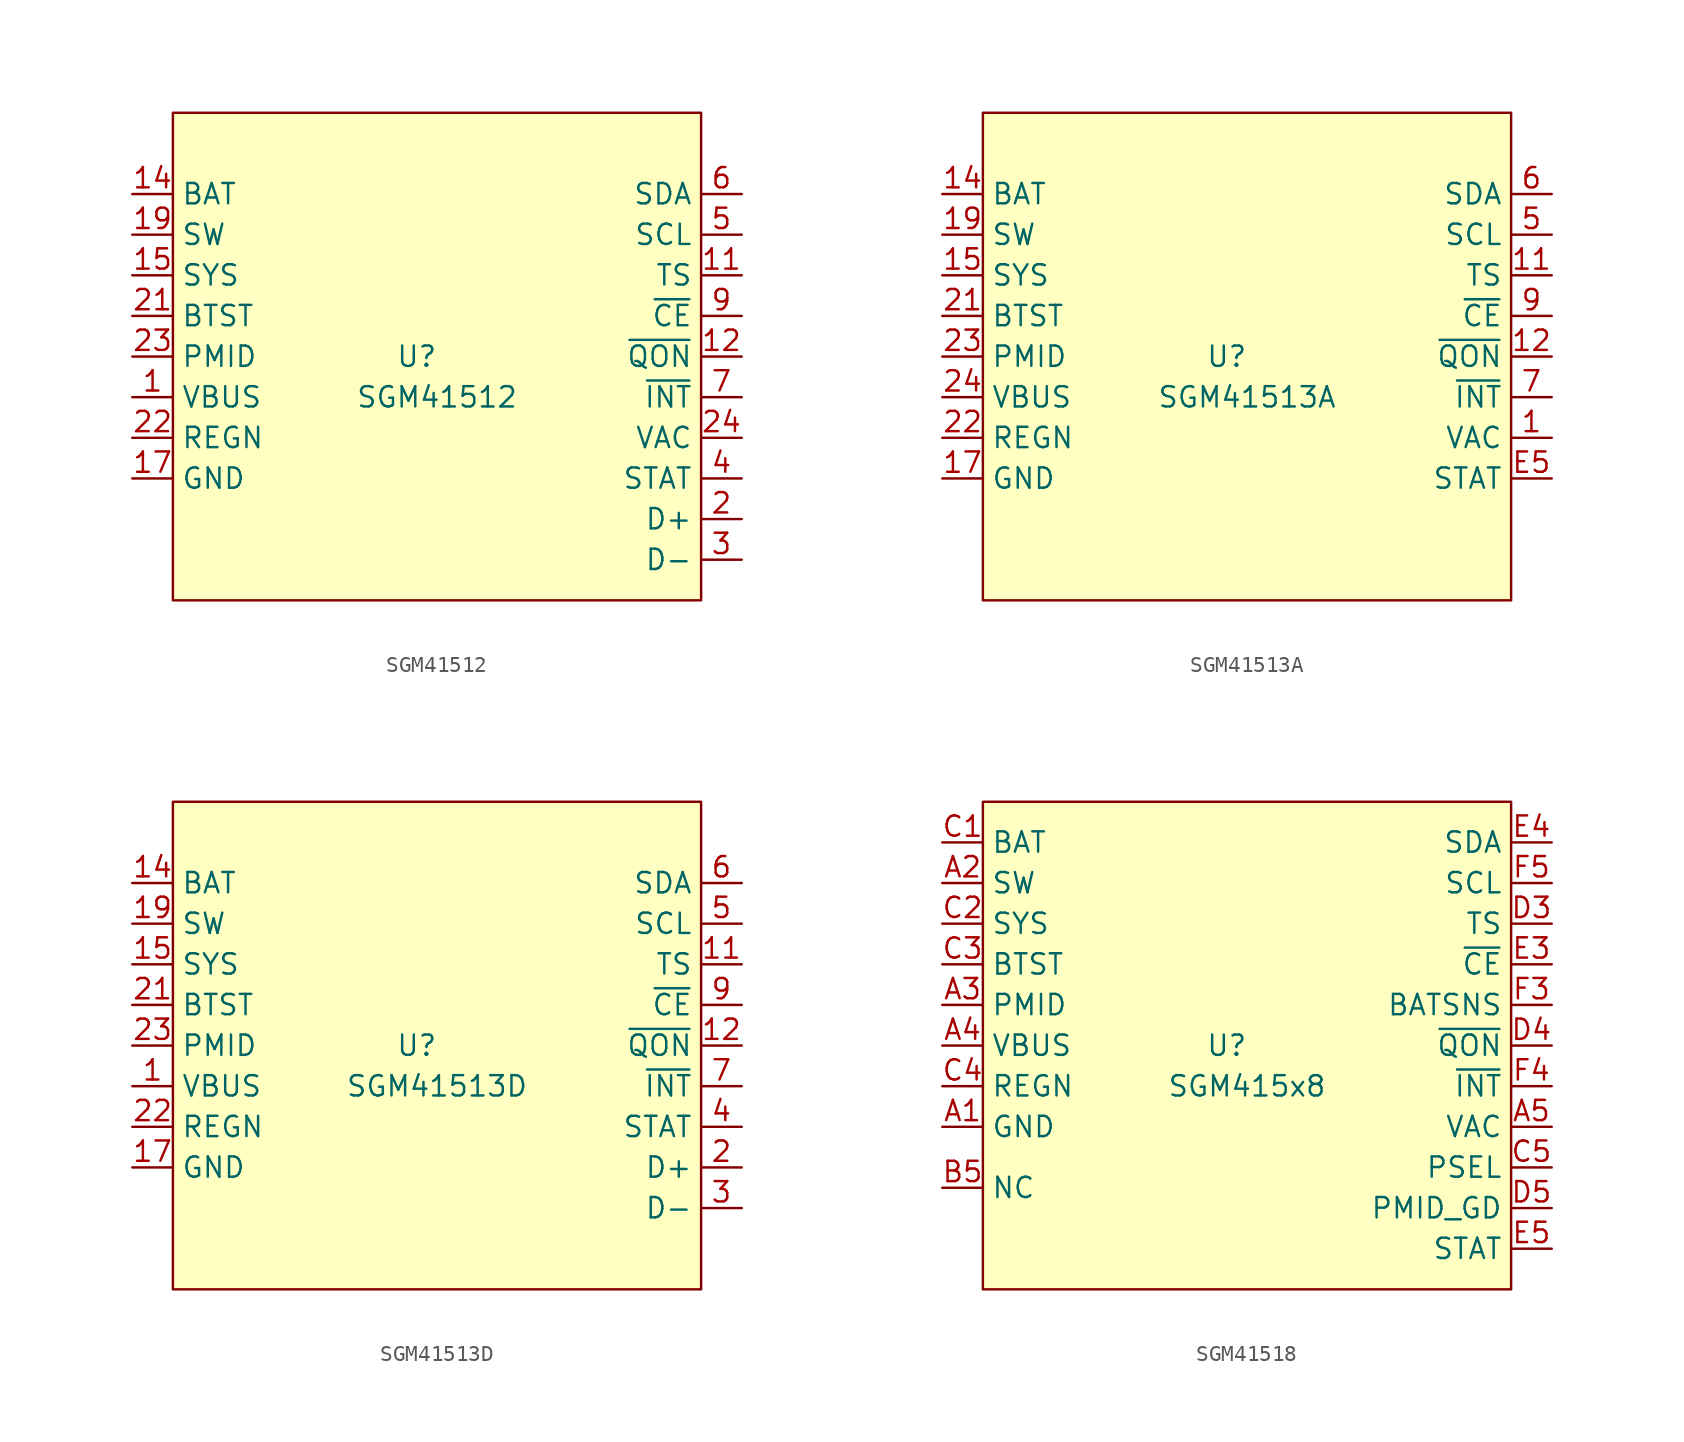
<source format=kicad_sym>
(kicad_symbol_lib
  (version 20231120)
  (generator "kicad_symbol_editor")
  (generator_version "8.0")
  (symbol "SGM41512"
    (property "Reference" "U"
      (at -1.27 0 0)
      (effects (font (size 1.27 1.27))))
    (property "Value" "SGM41512"
      (at 0 -2.54 0)
      (effects (font (size 1.27 1.27))))
    (symbol "SGM41512_1_1"
      (rectangle (start -16.51 15.24) (end 16.51 -15.24) (stroke (width 0) (type default)) (fill (type background)))
      (pin power_in line (at -19.05 -2.54 0) (length 2.54) (name "VBUS" (effects (font (size 1.27 1.27)))) (number "1" (effects (font (size 1.27 1.27)))))
      (pin no_connect line (at -19.05 -11.43 0) (length 2.54) hide (name "NC" (effects (font (size 1.27 1.27)))) (number "10" (effects (font (size 1.27 1.27)))))
      (pin input line (at 19.05 5.08 180) (length 2.54) (name "TS" (effects (font (size 1.27 1.27)))) (number "11" (effects (font (size 1.27 1.27)))))
      (pin input line (at 19.05 0 180) (length 2.54) (name "~{QON}" (effects (font (size 1.27 1.27)))) (number "12" (effects (font (size 1.27 1.27)))))
      (pin passive line (at -19.05 10.16 0) (length 2.54) hide (name "BAT" (effects (font (size 1.27 1.27)))) (number "13" (effects (font (size 1.27 1.27)))))
      (pin passive line (at -19.05 10.16 0) (length 2.54) (name "BAT" (effects (font (size 1.27 1.27)))) (number "14" (effects (font (size 1.27 1.27)))))
      (pin power_out line (at -19.05 5.08 0) (length 2.54) (name "SYS" (effects (font (size 1.27 1.27)))) (number "15" (effects (font (size 1.27 1.27)))))
      (pin passive line (at -19.05 5.08 0) (length 2.54) hide (name "SYS" (effects (font (size 1.27 1.27)))) (number "16" (effects (font (size 1.27 1.27)))))
      (pin power_in line (at -19.05 -7.62 0) (length 2.54) (name "GND" (effects (font (size 1.27 1.27)))) (number "17" (effects (font (size 1.27 1.27)))))
      (pin power_in line (at -19.05 -7.62 0) (length 2.54) hide (name "GND" (effects (font (size 1.27 1.27)))) (number "18" (effects (font (size 1.27 1.27)))))
      (pin power_out line (at -19.05 7.62 0) (length 2.54) (name "SW" (effects (font (size 1.27 1.27)))) (number "19" (effects (font (size 1.27 1.27)))))
      (pin output line (at 19.05 -10.16 180) (length 2.54) (name "D+" (effects (font (size 1.27 1.27)))) (number "2" (effects (font (size 1.27 1.27)))))
      (pin passive line (at -19.05 7.62 0) (length 2.54) hide (name "SW" (effects (font (size 1.27 1.27)))) (number "20" (effects (font (size 1.27 1.27)))))
      (pin power_in line (at -19.05 2.54 0) (length 2.54) (name "BTST" (effects (font (size 1.27 1.27)))) (number "21" (effects (font (size 1.27 1.27)))))
      (pin power_out line (at -19.05 -5.08 0) (length 2.54) (name "REGN" (effects (font (size 1.27 1.27)))) (number "22" (effects (font (size 1.27 1.27)))))
      (pin power_out line (at -19.05 0 0) (length 2.54) (name "PMID" (effects (font (size 1.27 1.27)))) (number "23" (effects (font (size 1.27 1.27)))))
      (pin power_in line (at 19.05 -5.08 180) (length 2.54) (name "VAC" (effects (font (size 1.27 1.27)))) (number "24" (effects (font (size 1.27 1.27)))))
      (pin power_in line (at -19.05 -7.62 0) (length 2.54) hide (name "EPAD" (effects (font (size 1.27 1.27)))) (number "25" (effects (font (size 1.27 1.27)))))
      (pin output line (at 19.05 -12.7 180) (length 2.54) (name "D-" (effects (font (size 1.27 1.27)))) (number "3" (effects (font (size 1.27 1.27)))))
      (pin output line (at 19.05 -7.62 180) (length 2.54) (name "STAT" (effects (font (size 1.27 1.27)))) (number "4" (effects (font (size 1.27 1.27)))))
      (pin input line (at 19.05 7.62 180) (length 2.54) (name "SCL" (effects (font (size 1.27 1.27)))) (number "5" (effects (font (size 1.27 1.27)))))
      (pin bidirectional line (at 19.05 10.16 180) (length 2.54) (name "SDA" (effects (font (size 1.27 1.27)))) (number "6" (effects (font (size 1.27 1.27)))))
      (pin output line (at 19.05 -2.54 180) (length 2.54) (name "~{INT}" (effects (font (size 1.27 1.27)))) (number "7" (effects (font (size 1.27 1.27)))))
      (pin no_connect line (at -19.05 -10.16 0) (length 2.54) hide (name "NC" (effects (font (size 1.27 1.27)))) (number "8" (effects (font (size 1.27 1.27)))))
      (pin input line (at 19.05 2.54 180) (length 2.54) (name "~{CE}" (effects (font (size 1.27 1.27)))) (number "9" (effects (font (size 1.27 1.27)))))))
  (symbol "SGM41513A"
    (property "Reference" "U"
      (at -1.27 0 0)
      (effects (font (size 1.27 1.27))))
    (property "Value" "SGM41513A"
      (at 0 -2.54 0)
      (effects (font (size 1.27 1.27))))
    (symbol "SGM41513A_1_1"
      (rectangle (start -16.51 15.24) (end 16.51 -15.24) (stroke (width 0) (type default)) (fill (type background)))
      (pin power_in line (at 19.05 -5.08 180) (length 2.54) (name "VAC" (effects (font (size 1.27 1.27)))) (number "1" (effects (font (size 1.27 1.27)))))
      (pin no_connect line (at -19.05 -11.43 0) (length 2.54) hide (name "NC" (effects (font (size 1.27 1.27)))) (number "10" (effects (font (size 1.27 1.27)))))
      (pin input line (at 19.05 5.08 180) (length 2.54) (name "TS" (effects (font (size 1.27 1.27)))) (number "11" (effects (font (size 1.27 1.27)))))
      (pin input line (at 19.05 0 180) (length 2.54) (name "~{QON}" (effects (font (size 1.27 1.27)))) (number "12" (effects (font (size 1.27 1.27)))))
      (pin passive line (at -19.05 10.16 0) (length 2.54) (name "BAT" (effects (font (size 1.27 1.27)))) (number "14" (effects (font (size 1.27 1.27)))))
      (pin passive line (at -19.05 10.16 0) (length 2.54) hide (name "BAT" (effects (font (size 1.27 1.27)))) (number "15" (effects (font (size 1.27 1.27)))))
      (pin power_out line (at -19.05 5.08 0) (length 2.54) (name "SYS" (effects (font (size 1.27 1.27)))) (number "15" (effects (font (size 1.27 1.27)))))
      (pin passive line (at -19.05 5.08 0) (length 2.54) hide (name "SYS" (effects (font (size 1.27 1.27)))) (number "16" (effects (font (size 1.27 1.27)))))
      (pin power_in line (at -19.05 -7.62 0) (length 2.54) (name "GND" (effects (font (size 1.27 1.27)))) (number "17" (effects (font (size 1.27 1.27)))))
      (pin power_in line (at -19.05 -7.62 0) (length 2.54) hide (name "GND" (effects (font (size 1.27 1.27)))) (number "18" (effects (font (size 1.27 1.27)))))
      (pin power_out line (at -19.05 7.62 0) (length 2.54) (name "SW" (effects (font (size 1.27 1.27)))) (number "19" (effects (font (size 1.27 1.27)))))
      (pin passive line (at -19.05 7.62 0) (length 2.54) hide (name "SW" (effects (font (size 1.27 1.27)))) (number "20" (effects (font (size 1.27 1.27)))))
      (pin power_in line (at -19.05 2.54 0) (length 2.54) (name "BTST" (effects (font (size 1.27 1.27)))) (number "21" (effects (font (size 1.27 1.27)))))
      (pin power_out line (at -19.05 -5.08 0) (length 2.54) (name "REGN" (effects (font (size 1.27 1.27)))) (number "22" (effects (font (size 1.27 1.27)))))
      (pin power_out line (at -19.05 0 0) (length 2.54) (name "PMID" (effects (font (size 1.27 1.27)))) (number "23" (effects (font (size 1.27 1.27)))))
      (pin power_in line (at -19.05 -2.54 0) (length 2.54) (name "VBUS" (effects (font (size 1.27 1.27)))) (number "24" (effects (font (size 1.27 1.27)))))
      (pin power_in line (at -19.05 -7.62 0) (length 2.54) hide (name "EPAD" (effects (font (size 1.27 1.27)))) (number "25" (effects (font (size 1.27 1.27)))))
      (pin input line (at 19.05 7.62 180) (length 2.54) (name "SCL" (effects (font (size 1.27 1.27)))) (number "5" (effects (font (size 1.27 1.27)))))
      (pin bidirectional line (at 19.05 10.16 180) (length 2.54) (name "SDA" (effects (font (size 1.27 1.27)))) (number "6" (effects (font (size 1.27 1.27)))))
      (pin output line (at 19.05 -2.54 180) (length 2.54) (name "~{INT}" (effects (font (size 1.27 1.27)))) (number "7" (effects (font (size 1.27 1.27)))))
      (pin no_connect line (at -19.05 -10.16 0) (length 2.54) hide (name "NC" (effects (font (size 1.27 1.27)))) (number "8" (effects (font (size 1.27 1.27)))))
      (pin input line (at 19.05 2.54 180) (length 2.54) (name "~{CE}" (effects (font (size 1.27 1.27)))) (number "9" (effects (font (size 1.27 1.27)))))
      (pin output line (at 19.05 -7.62 180) (length 2.54) (name "STAT" (effects (font (size 1.27 1.27)))) (number "E5" (effects (font (size 1.27 1.27)))))))
  (symbol "SGM41513D"
    (property "Reference" "U"
      (at -1.27 0 0)
      (effects (font (size 1.27 1.27))))
    (property "Value" "SGM41513D"
      (at 0 -2.54 0)
      (effects (font (size 1.27 1.27))))
    (symbol "SGM41513D_1_1"
      (rectangle (start -16.51 15.24) (end 16.51 -15.24) (stroke (width 0) (type default)) (fill (type background)))
      (pin power_in line (at -19.05 -2.54 0) (length 2.54) (name "VBUS" (effects (font (size 1.27 1.27)))) (number "1" (effects (font (size 1.27 1.27)))))
      (pin no_connect line (at -19.05 -11.43 0) (length 2.54) hide (name "NC" (effects (font (size 1.27 1.27)))) (number "10" (effects (font (size 1.27 1.27)))))
      (pin input line (at 19.05 5.08 180) (length 2.54) (name "TS" (effects (font (size 1.27 1.27)))) (number "11" (effects (font (size 1.27 1.27)))))
      (pin input line (at 19.05 0 180) (length 2.54) (name "~{QON}" (effects (font (size 1.27 1.27)))) (number "12" (effects (font (size 1.27 1.27)))))
      (pin passive line (at -19.05 10.16 0) (length 2.54) hide (name "BAT" (effects (font (size 1.27 1.27)))) (number "13" (effects (font (size 1.27 1.27)))))
      (pin passive line (at -19.05 10.16 0) (length 2.54) (name "BAT" (effects (font (size 1.27 1.27)))) (number "14" (effects (font (size 1.27 1.27)))))
      (pin power_out line (at -19.05 5.08 0) (length 2.54) (name "SYS" (effects (font (size 1.27 1.27)))) (number "15" (effects (font (size 1.27 1.27)))))
      (pin passive line (at -19.05 5.08 0) (length 2.54) hide (name "SYS" (effects (font (size 1.27 1.27)))) (number "16" (effects (font (size 1.27 1.27)))))
      (pin power_in line (at -19.05 -7.62 0) (length 2.54) (name "GND" (effects (font (size 1.27 1.27)))) (number "17" (effects (font (size 1.27 1.27)))))
      (pin power_in line (at -19.05 -7.62 0) (length 2.54) hide (name "GND" (effects (font (size 1.27 1.27)))) (number "18" (effects (font (size 1.27 1.27)))))
      (pin power_out line (at -19.05 7.62 0) (length 2.54) (name "SW" (effects (font (size 1.27 1.27)))) (number "19" (effects (font (size 1.27 1.27)))))
      (pin output line (at 19.05 -7.62 180) (length 2.54) (name "D+" (effects (font (size 1.27 1.27)))) (number "2" (effects (font (size 1.27 1.27)))))
      (pin passive line (at -19.05 7.62 0) (length 2.54) hide (name "SW" (effects (font (size 1.27 1.27)))) (number "20" (effects (font (size 1.27 1.27)))))
      (pin power_in line (at -19.05 2.54 0) (length 2.54) (name "BTST" (effects (font (size 1.27 1.27)))) (number "21" (effects (font (size 1.27 1.27)))))
      (pin power_out line (at -19.05 -5.08 0) (length 2.54) (name "REGN" (effects (font (size 1.27 1.27)))) (number "22" (effects (font (size 1.27 1.27)))))
      (pin power_out line (at -19.05 0 0) (length 2.54) (name "PMID" (effects (font (size 1.27 1.27)))) (number "23" (effects (font (size 1.27 1.27)))))
      (pin no_connect line (at -19.05 -10.16 0) (length 2.54) hide (name "NC" (effects (font (size 1.27 1.27)))) (number "24" (effects (font (size 1.27 1.27)))))
      (pin power_in line (at -19.05 -7.62 0) (length 2.54) hide (name "EPAD" (effects (font (size 1.27 1.27)))) (number "25" (effects (font (size 1.27 1.27)))))
      (pin output line (at 19.05 -10.16 180) (length 2.54) (name "D-" (effects (font (size 1.27 1.27)))) (number "3" (effects (font (size 1.27 1.27)))))
      (pin output line (at 19.05 -5.08 180) (length 2.54) (name "STAT" (effects (font (size 1.27 1.27)))) (number "4" (effects (font (size 1.27 1.27)))))
      (pin input line (at 19.05 7.62 180) (length 2.54) (name "SCL" (effects (font (size 1.27 1.27)))) (number "5" (effects (font (size 1.27 1.27)))))
      (pin bidirectional line (at 19.05 10.16 180) (length 2.54) (name "SDA" (effects (font (size 1.27 1.27)))) (number "6" (effects (font (size 1.27 1.27)))))
      (pin output line (at 19.05 -2.54 180) (length 2.54) (name "~{INT}" (effects (font (size 1.27 1.27)))) (number "7" (effects (font (size 1.27 1.27)))))
      (pin no_connect line (at -19.05 -12.7 0) (length 2.54) hide (name "NC" (effects (font (size 1.27 1.27)))) (number "8" (effects (font (size 1.27 1.27)))))
      (pin input line (at 19.05 2.54 180) (length 2.54) (name "~{CE}" (effects (font (size 1.27 1.27)))) (number "9" (effects (font (size 1.27 1.27)))))))
  (symbol "SGM41518"
    (property "Reference" "U"
      (at -1.27 0 0)
      (effects (font (size 1.27 1.27))))
    (property "Value" "SGM415x8"
      (at 0 -2.54 0)
      (effects (font (size 1.27 1.27))))
    (symbol "SGM41518_1_1"
      (rectangle (start -16.51 15.24) (end 16.51 -15.24) (stroke (width 0) (type default)) (fill (type background)))
      (pin power_in line (at -19.05 -5.08 0) (length 2.54) (name "GND" (effects (font (size 1.27 1.27)))) (number "A1" (effects (font (size 1.27 1.27)))))
      (pin power_out line (at -19.05 10.16 0) (length 2.54) (name "SW" (effects (font (size 1.27 1.27)))) (number "A2" (effects (font (size 1.27 1.27)))))
      (pin passive line (at -19.05 2.54 0) (length 2.54) (name "PMID" (effects (font (size 1.27 1.27)))) (number "A3" (effects (font (size 1.27 1.27)))))
      (pin passive line (at -19.05 0 0) (length 2.54) (name "VBUS" (effects (font (size 1.27 1.27)))) (number "A4" (effects (font (size 1.27 1.27)))))
      (pin power_in line (at 19.05 -5.08 180) (length 2.54) (name "VAC" (effects (font (size 1.27 1.27)))) (number "A5" (effects (font (size 1.27 1.27)))))
      (pin power_in line (at -19.05 -5.08 0) (length 2.54) hide (name "GND" (effects (font (size 1.27 1.27)))) (number "B1" (effects (font (size 1.27 1.27)))))
      (pin passive line (at -19.05 10.16 0) (length 2.54) hide (name "SW" (effects (font (size 1.27 1.27)))) (number "B2" (effects (font (size 1.27 1.27)))))
      (pin passive line (at -19.05 2.54 0) (length 2.54) hide (name "PMID" (effects (font (size 1.27 1.27)))) (number "B3" (effects (font (size 1.27 1.27)))))
      (pin passive line (at -19.05 0 0) (length 2.54) hide (name "VBUS" (effects (font (size 1.27 1.27)))) (number "B4" (effects (font (size 1.27 1.27)))))
      (pin free line (at -19.05 -8.89 0) (length 2.54) (name "NC" (effects (font (size 1.27 1.27)))) (number "B5" (effects (font (size 1.27 1.27)))))
      (pin passive line (at -19.05 12.7 0) (length 2.54) (name "BAT" (effects (font (size 1.27 1.27)))) (number "C1" (effects (font (size 1.27 1.27)))))
      (pin power_out line (at -19.05 7.62 0) (length 2.54) (name "SYS" (effects (font (size 1.27 1.27)))) (number "C2" (effects (font (size 1.27 1.27)))))
      (pin passive line (at -19.05 5.08 0) (length 2.54) (name "BTST" (effects (font (size 1.27 1.27)))) (number "C3" (effects (font (size 1.27 1.27)))))
      (pin power_out line (at -19.05 -2.54 0) (length 2.54) (name "REGN" (effects (font (size 1.27 1.27)))) (number "C4" (effects (font (size 1.27 1.27)))))
      (pin input line (at 19.05 -7.62 180) (length 2.54) (name "PSEL" (effects (font (size 1.27 1.27)))) (number "C5" (effects (font (size 1.27 1.27)))))
      (pin passive line (at -19.05 12.7 0) (length 2.54) hide (name "BAT" (effects (font (size 1.27 1.27)))) (number "D1" (effects (font (size 1.27 1.27)))))
      (pin passive line (at -19.05 7.62 0) (length 2.54) hide (name "SYS" (effects (font (size 1.27 1.27)))) (number "D2" (effects (font (size 1.27 1.27)))))
      (pin input line (at 19.05 7.62 180) (length 2.54) (name "TS" (effects (font (size 1.27 1.27)))) (number "D3" (effects (font (size 1.27 1.27)))))
      (pin input line (at 19.05 0 180) (length 2.54) (name "~{QON}" (effects (font (size 1.27 1.27)))) (number "D4" (effects (font (size 1.27 1.27)))))
      (pin output line (at 19.05 -10.16 180) (length 2.54) (name "PMID_GD" (effects (font (size 1.27 1.27)))) (number "D5" (effects (font (size 1.27 1.27)))))
      (pin passive line (at -19.05 12.7 0) (length 2.54) hide (name "BAT" (effects (font (size 1.27 1.27)))) (number "E1" (effects (font (size 1.27 1.27)))))
      (pin passive line (at -19.05 7.62 0) (length 2.54) hide (name "SYS" (effects (font (size 1.27 1.27)))) (number "E2" (effects (font (size 1.27 1.27)))))
      (pin input line (at 19.05 5.08 180) (length 2.54) (name "~{CE}" (effects (font (size 1.27 1.27)))) (number "E3" (effects (font (size 1.27 1.27)))))
      (pin input line (at 19.05 12.7 180) (length 2.54) (name "SDA" (effects (font (size 1.27 1.27)))) (number "E4" (effects (font (size 1.27 1.27)))))
      (pin output line (at 19.05 -12.7 180) (length 2.54) (name "STAT" (effects (font (size 1.27 1.27)))) (number "E5" (effects (font (size 1.27 1.27)))))
      (pin passive line (at -19.05 12.7 0) (length 2.54) hide (name "BAT" (effects (font (size 1.27 1.27)))) (number "F1" (effects (font (size 1.27 1.27)))))
      (pin passive line (at -19.05 7.62 0) (length 2.54) hide (name "SYS" (effects (font (size 1.27 1.27)))) (number "F2" (effects (font (size 1.27 1.27)))))
      (pin power_in line (at 19.05 2.54 180) (length 2.54) (name "BATSNS" (effects (font (size 1.27 1.27)))) (number "F3" (effects (font (size 1.27 1.27)))))
      (pin input line (at 19.05 -2.54 180) (length 2.54) (name "~{INT}" (effects (font (size 1.27 1.27)))) (number "F4" (effects (font (size 1.27 1.27)))))
      (pin input line (at 19.05 10.16 180) (length 2.54) (name "SCL" (effects (font (size 1.27 1.27)))) (number "F5" (effects (font (size 1.27 1.27))))))))
</source>
